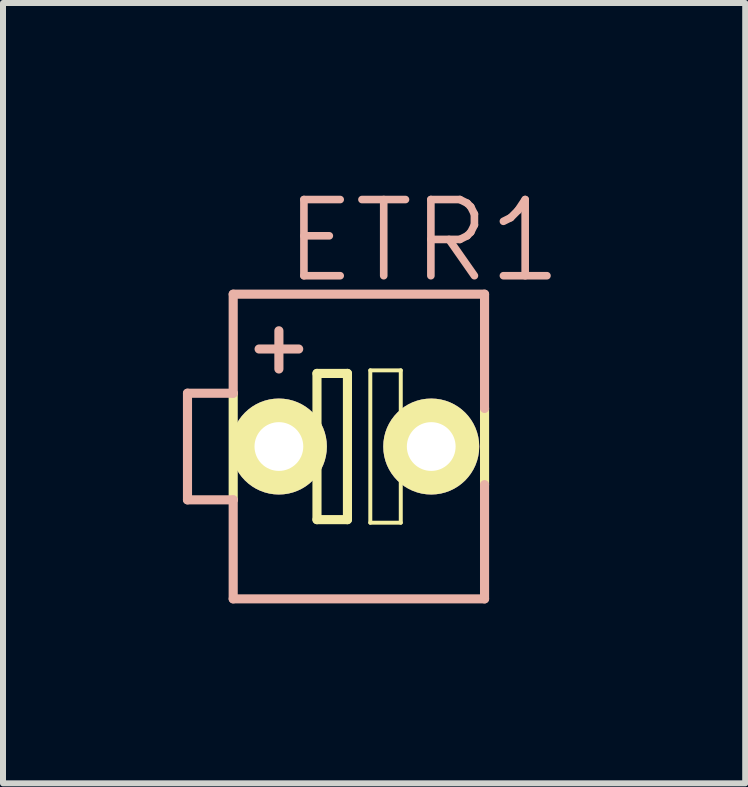
<source format=kicad_pcb>
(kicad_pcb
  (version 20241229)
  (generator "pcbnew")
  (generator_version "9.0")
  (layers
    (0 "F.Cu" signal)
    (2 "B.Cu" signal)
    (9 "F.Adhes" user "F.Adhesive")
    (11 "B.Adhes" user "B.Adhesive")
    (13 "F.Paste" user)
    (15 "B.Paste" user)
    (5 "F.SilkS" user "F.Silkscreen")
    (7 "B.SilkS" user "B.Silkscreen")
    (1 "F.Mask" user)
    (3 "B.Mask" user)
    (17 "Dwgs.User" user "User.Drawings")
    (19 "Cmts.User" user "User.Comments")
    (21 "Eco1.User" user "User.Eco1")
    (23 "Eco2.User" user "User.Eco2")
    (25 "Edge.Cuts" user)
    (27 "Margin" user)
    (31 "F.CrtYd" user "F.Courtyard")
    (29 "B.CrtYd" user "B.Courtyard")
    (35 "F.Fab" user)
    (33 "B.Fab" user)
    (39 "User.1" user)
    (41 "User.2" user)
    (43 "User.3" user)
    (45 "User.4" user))
  (footprint "ETR1"
    (layer "F.Cu")
    (at 2.87 4.395)
    (property "Reference" "ETR1" (at 1.143 -3.429 0) (layer "B.SilkS") (effects (font (size 1.27 1.27) (thickness 0.127))))
    (attr exclude_from_pos_files exclude_from_bom)
    (fp_line (start -2.032 0.889) (end -2.032 -0.889) (stroke (width 0.152) (type solid)) (layer "F.SilkS"))
    (fp_line (start -1.651 0) (end -0.635 0) (stroke (width 0.152) (type solid)) (layer "F.SilkS"))
    (fp_line (start -0.635 -1.219) (end -0.635 0) (stroke (width 0.152) (type solid)) (layer "F.SilkS"))
    (fp_line (start -0.635 0) (end -0.635 1.219) (stroke (width 0.152) (type solid)) (layer "F.SilkS"))
    (fp_line (start -0.635 1.219) (end -0.127 1.219) (stroke (width 0.152) (type solid)) (layer "F.SilkS"))
    (fp_line (start -0.127 -1.219) (end -0.635 -1.219) (stroke (width 0.152) (type solid)) (layer "F.SilkS"))
    (fp_line (start -0.127 1.219) (end -0.127 -1.219) (stroke (width 0.152) (type solid)) (layer "F.SilkS"))
    (fp_line (start 0.254 -1.27) (end 0.762 -1.27) (stroke (width 0.066) (type solid)) (layer "F.SilkS"))
    (fp_line (start 0.254 1.27) (end 0.254 -1.27) (stroke (width 0.066) (type solid)) (layer "F.SilkS"))
    (fp_line (start 0.254 1.27) (end 0.762 1.27) (stroke (width 0.066) (type solid)) (layer "F.SilkS"))
    (fp_line (start 0.635 0) (end 1.651 0) (stroke (width 0.152) (type solid)) (layer "F.SilkS"))
    (fp_line (start 0.762 1.27) (end 0.762 -1.27) (stroke (width 0.066) (type solid)) (layer "F.SilkS"))
    (fp_line (start 2.159 -0.635) (end 2.159 0.635) (stroke (width 0.152) (type solid)) (layer "F.SilkS"))
    (fp_line (start -2.794 -0.889) (end -2.794 0.889) (stroke (width 0.152) (type solid)) (layer "B.SilkS"))
    (fp_line (start -2.794 0.889) (end -2.032 0.889) (stroke (width 0.152) (type solid)) (layer "B.SilkS"))
    (fp_line (start -2.032 -0.889) (end -2.794 -0.889) (stroke (width 0.152) (type solid)) (layer "B.SilkS"))
    (fp_line (start -2.032 -0.889) (end -2.032 -2.54) (stroke (width 0.152) (type solid)) (layer "B.SilkS"))
    (fp_line (start -2.032 2.54) (end -2.032 0.889) (stroke (width 0.152) (type solid)) (layer "B.SilkS"))
    (fp_line (start -2.032 2.54) (end 2.159 2.54) (stroke (width 0.152) (type solid)) (layer "B.SilkS"))
    (fp_line (start -1.27 -1.93) (end -1.27 -1.293) (stroke (width 0.152) (type solid)) (layer "B.SilkS"))
    (fp_line (start -0.94 -1.626) (end -1.6 -1.626) (stroke (width 0.152) (type solid)) (layer "B.SilkS"))
    (fp_line (start 2.159 -2.54) (end -2.032 -2.54) (stroke (width 0.152) (type solid)) (layer "B.SilkS"))
    (fp_line (start 2.159 -2.54) (end 2.159 -0.635) (stroke (width 0.152) (type solid)) (layer "B.SilkS"))
    (fp_line (start 2.159 0.635) (end 2.159 2.54) (stroke (width 0.152) (type solid)) (layer "B.SilkS"))
    (pad "+" thru_hole circle (at -1.27 0) (size 1.6 1.6) (drill 0.813) (layers "*.Cu" "F.Mask" "F.SilkS" "F.Paste"))
    (pad "-" thru_hole circle (at 1.27 0) (size 1.6 1.6) (drill 0.813) (layers "*.Cu" "F.Mask" "F.SilkS" "F.Paste")))
  (gr_rect
    (start -3 -3)
    (end 9.375 10.011)
    (stroke (width 0.1) (type default))
    (fill no)
    (layer "Edge.Cuts")))
</source>
